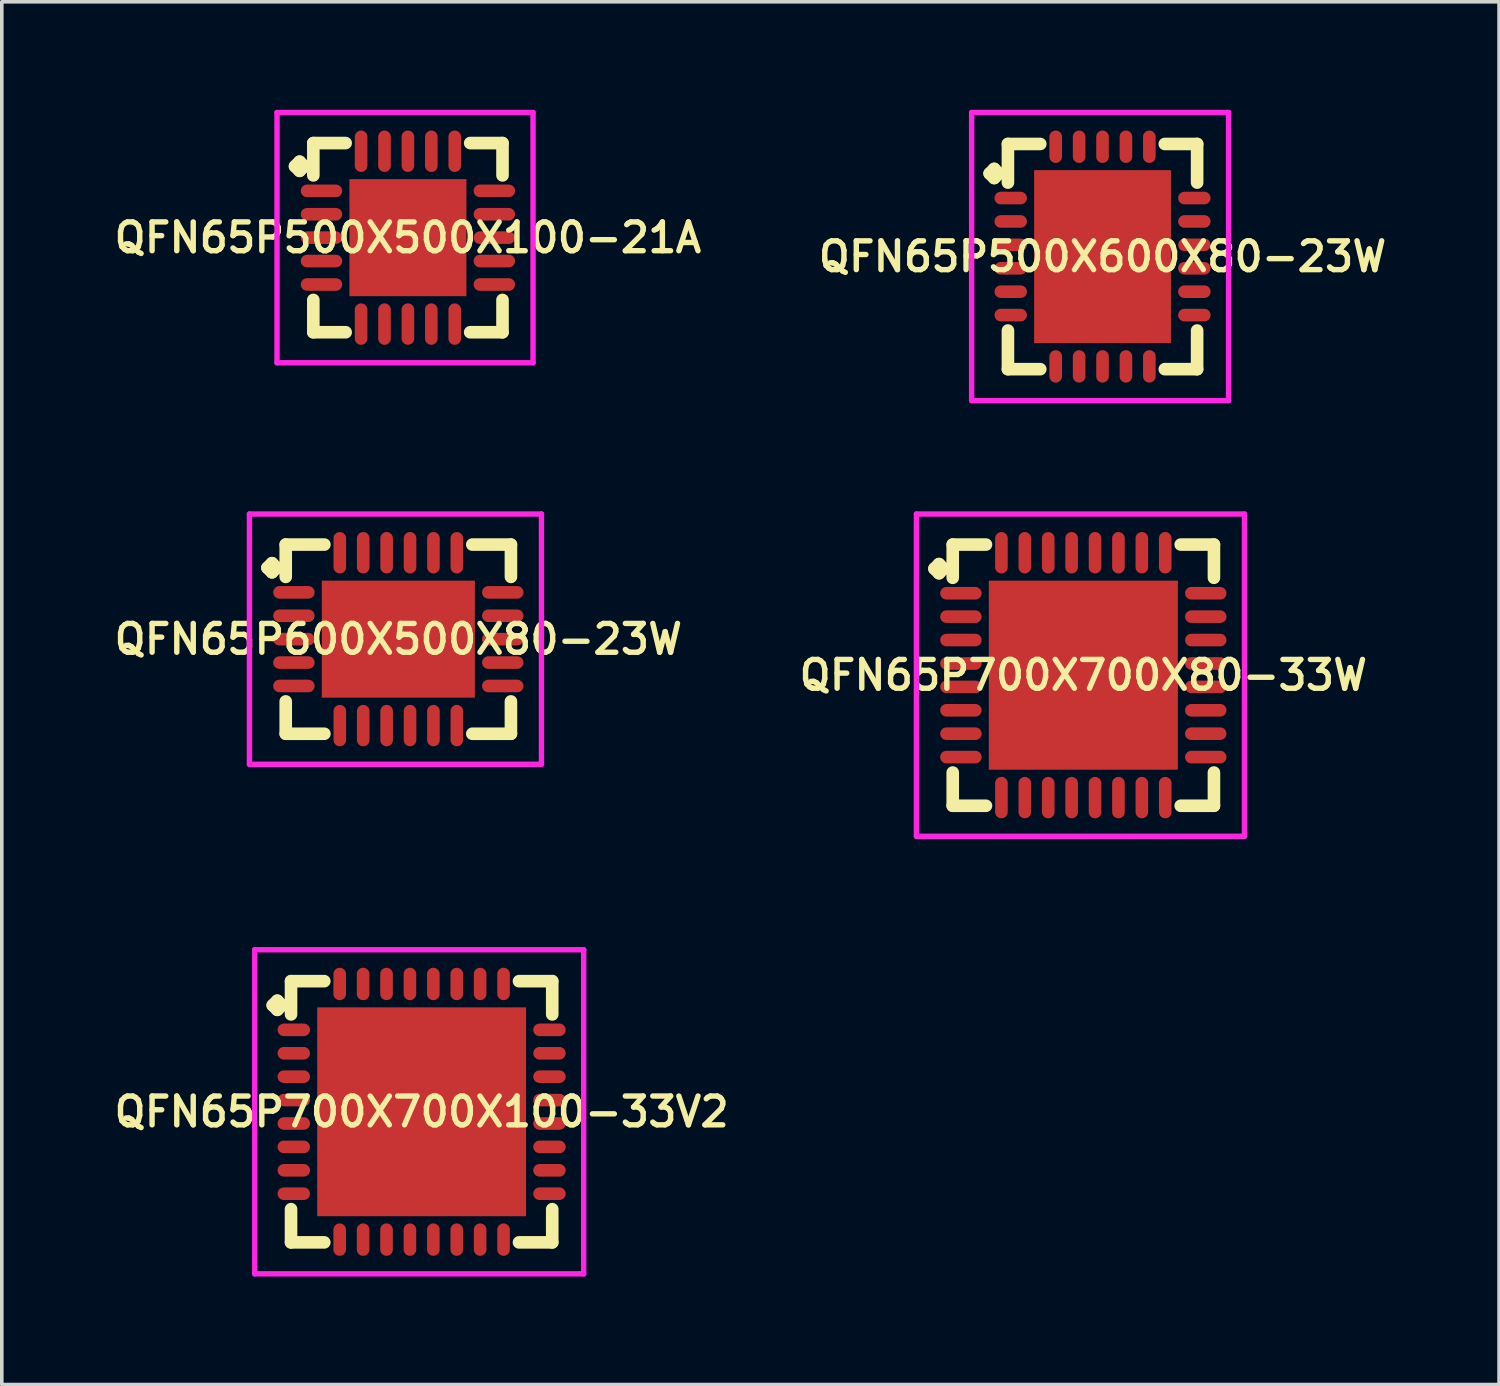
<source format=kicad_pcb>
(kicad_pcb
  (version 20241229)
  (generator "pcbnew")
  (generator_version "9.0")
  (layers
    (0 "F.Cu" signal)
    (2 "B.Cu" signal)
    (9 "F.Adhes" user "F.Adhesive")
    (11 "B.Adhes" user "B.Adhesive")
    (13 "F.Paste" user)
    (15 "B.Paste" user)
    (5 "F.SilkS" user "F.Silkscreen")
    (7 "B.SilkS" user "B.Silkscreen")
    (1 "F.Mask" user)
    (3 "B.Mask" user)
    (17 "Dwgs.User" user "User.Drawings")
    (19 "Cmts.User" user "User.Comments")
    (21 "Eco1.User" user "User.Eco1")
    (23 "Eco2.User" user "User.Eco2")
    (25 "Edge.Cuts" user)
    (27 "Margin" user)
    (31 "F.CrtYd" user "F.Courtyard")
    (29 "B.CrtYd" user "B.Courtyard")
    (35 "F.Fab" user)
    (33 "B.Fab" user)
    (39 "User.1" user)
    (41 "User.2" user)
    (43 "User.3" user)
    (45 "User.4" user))
  (footprint "QFN65P500X600X80-23W"
    (layer "F.Cu")
    (at 27.568 4.075)
    (property "Reference" "QFN65P500X600X80-23W" (at 0 0 0) (layer "F.SilkS") (effects (font (size 0.8 0.8) (thickness 0.15))))
    (attr smd)
    (fp_line (start -3.135 -2.308) (end -3.008 -2.435) (stroke (width 0.35) (type solid)) (layer "F.SilkS"))
    (fp_line (start -3.008 -2.435) (end -2.881 -2.308) (stroke (width 0.35) (type solid)) (layer "F.SilkS"))
    (fp_line (start -3.008 -2.181) (end -3.135 -2.308) (stroke (width 0.35) (type solid)) (layer "F.SilkS"))
    (fp_line (start -2.881 -2.308) (end -3.008 -2.181) (stroke (width 0.35) (type solid)) (layer "F.SilkS"))
    (fp_line (start -2.627 -3.127) (end -1.729 -3.127) (stroke (width 0.35) (type solid)) (layer "F.SilkS"))
    (fp_line (start -2.627 -2.054) (end -2.627 -3.127) (stroke (width 0.35) (type solid)) (layer "F.SilkS"))
    (fp_line (start -2.627 2.054) (end -2.627 3.127) (stroke (width 0.35) (type solid)) (layer "F.SilkS"))
    (fp_line (start -2.627 3.127) (end -1.729 3.127) (stroke (width 0.35) (type solid)) (layer "F.SilkS"))
    (fp_line (start 1.729 -3.127) (end 2.627 -3.127) (stroke (width 0.35) (type solid)) (layer "F.SilkS"))
    (fp_line (start 1.729 3.127) (end 2.627 3.127) (stroke (width 0.35) (type solid)) (layer "F.SilkS"))
    (fp_line (start 2.627 -3.127) (end 2.627 -2.054) (stroke (width 0.35) (type solid)) (layer "F.SilkS"))
    (fp_line (start 2.627 3.127) (end 2.627 2.054) (stroke (width 0.35) (type solid)) (layer "F.SilkS"))
    (fp_line (start -3.635 -4) (end 3.5 -4) (stroke (width 0.15) (type solid)) (layer "F.CrtYd"))
    (fp_line (start -3.635 4) (end -3.635 -4) (stroke (width 0.15) (type solid)) (layer "F.CrtYd"))
    (fp_line (start 3.5 -4) (end 3.5 4) (stroke (width 0.15) (type solid)) (layer "F.CrtYd"))
    (fp_line (start 3.5 4) (end -3.635 4) (stroke (width 0.15) (type solid)) (layer "F.CrtYd"))
    (pad "1" smd oval (at -2.55 -1.625) (size 0.9 0.35) (layers "F.Cu" "F.Mask" "F.Paste"))
    (pad "2" smd oval (at -2.55 -0.975) (size 0.9 0.35) (layers "F.Cu" "F.Mask" "F.Paste"))
    (pad "3" smd oval (at -2.55 -0.325) (size 0.9 0.35) (layers "F.Cu" "F.Mask" "F.Paste"))
    (pad "4" smd oval (at -2.55 0.325) (size 0.9 0.35) (layers "F.Cu" "F.Mask" "F.Paste"))
    (pad "5" smd oval (at -2.55 0.975) (size 0.9 0.35) (layers "F.Cu" "F.Mask" "F.Paste"))
    (pad "6" smd oval (at -2.55 1.625) (size 0.9 0.35) (layers "F.Cu" "F.Mask" "F.Paste"))
    (pad "7" smd oval (at -1.3 3.05) (size 0.35 0.9) (layers "F.Cu" "F.Mask" "F.Paste"))
    (pad "8" smd oval (at -0.65 3.05) (size 0.35 0.9) (layers "F.Cu" "F.Mask" "F.Paste"))
    (pad "9" smd oval (at 0 3.05) (size 0.35 0.9) (layers "F.Cu" "F.Mask" "F.Paste"))
    (pad "10" smd oval (at 0.65 3.05) (size 0.35 0.9) (layers "F.Cu" "F.Mask" "F.Paste"))
    (pad "11" smd oval (at 1.3 3.05) (size 0.35 0.9) (layers "F.Cu" "F.Mask" "F.Paste"))
    (pad "12" smd oval (at 2.55 1.625) (size 0.9 0.35) (layers "F.Cu" "F.Mask" "F.Paste"))
    (pad "13" smd oval (at 2.55 0.975) (size 0.9 0.35) (layers "F.Cu" "F.Mask" "F.Paste"))
    (pad "14" smd oval (at 2.55 0.325) (size 0.9 0.35) (layers "F.Cu" "F.Mask" "F.Paste"))
    (pad "15" smd oval (at 2.55 -0.325) (size 0.9 0.35) (layers "F.Cu" "F.Mask" "F.Paste"))
    (pad "16" smd oval (at 2.55 -0.975) (size 0.9 0.35) (layers "F.Cu" "F.Mask" "F.Paste"))
    (pad "17" smd oval (at 2.55 -1.625) (size 0.9 0.35) (layers "F.Cu" "F.Mask" "F.Paste"))
    (pad "18" smd oval (at 1.3 -3.05) (size 0.35 0.9) (layers "F.Cu" "F.Mask" "F.Paste"))
    (pad "19" smd oval (at 0.65 -3.05) (size 0.35 0.9) (layers "F.Cu" "F.Mask" "F.Paste"))
    (pad "20" smd oval (at 0 -3.05) (size 0.35 0.9) (layers "F.Cu" "F.Mask" "F.Paste"))
    (pad "21" smd oval (at -0.65 -3.05) (size 0.35 0.9) (layers "F.Cu" "F.Mask" "F.Paste"))
    (pad "22" smd oval (at -1.3 -3.05) (size 0.35 0.9) (layers "F.Cu" "F.Mask" "F.Paste"))
    (pad "23" smd rect (at 0 0) (size 3.8 4.8) (layers "F.Cu" "F.Mask" "F.Paste")))
  (footprint "QFN65P700X700X100-33V2"
    (layer "F.Cu")
    (at 8.659 27.825)
    (property "Reference" "QFN65P700X700X100-33V2" (at 0 0 0) (layer "F.SilkS") (effects (font (size 0.8 0.8) (thickness 0.15))))
    (attr smd)
    (fp_line (start -4.135 -2.958) (end -4.008 -3.085) (stroke (width 0.35) (type solid)) (layer "F.SilkS"))
    (fp_line (start -4.008 -3.085) (end -3.881 -2.958) (stroke (width 0.35) (type solid)) (layer "F.SilkS"))
    (fp_line (start -4.008 -2.831) (end -4.135 -2.958) (stroke (width 0.35) (type solid)) (layer "F.SilkS"))
    (fp_line (start -3.881 -2.958) (end -4.008 -2.831) (stroke (width 0.35) (type solid)) (layer "F.SilkS"))
    (fp_line (start -3.627 -3.627) (end -2.704 -3.627) (stroke (width 0.35) (type solid)) (layer "F.SilkS"))
    (fp_line (start -3.627 -2.704) (end -3.627 -3.627) (stroke (width 0.35) (type solid)) (layer "F.SilkS"))
    (fp_line (start -3.627 2.704) (end -3.627 3.627) (stroke (width 0.35) (type solid)) (layer "F.SilkS"))
    (fp_line (start -3.627 3.627) (end -2.704 3.627) (stroke (width 0.35) (type solid)) (layer "F.SilkS"))
    (fp_line (start 2.704 -3.627) (end 3.627 -3.627) (stroke (width 0.35) (type solid)) (layer "F.SilkS"))
    (fp_line (start 2.704 3.627) (end 3.627 3.627) (stroke (width 0.35) (type solid)) (layer "F.SilkS"))
    (fp_line (start 3.627 -3.627) (end 3.627 -2.704) (stroke (width 0.35) (type solid)) (layer "F.SilkS"))
    (fp_line (start 3.627 3.627) (end 3.627 2.704) (stroke (width 0.35) (type solid)) (layer "F.SilkS"))
    (fp_line (start -4.635 -4.5) (end 4.5 -4.5) (stroke (width 0.15) (type solid)) (layer "F.CrtYd"))
    (fp_line (start -4.635 4.5) (end -4.635 -4.5) (stroke (width 0.15) (type solid)) (layer "F.CrtYd"))
    (fp_line (start 4.5 -4.5) (end 4.5 4.5) (stroke (width 0.15) (type solid)) (layer "F.CrtYd"))
    (fp_line (start 4.5 4.5) (end -4.635 4.5) (stroke (width 0.15) (type solid)) (layer "F.CrtYd"))
    (pad "1" smd oval (at -3.55 -2.275) (size 0.9 0.35) (layers "F.Cu" "F.Mask" "F.Paste"))
    (pad "2" smd oval (at -3.55 -1.625) (size 0.9 0.35) (layers "F.Cu" "F.Mask" "F.Paste"))
    (pad "3" smd oval (at -3.55 -0.975) (size 0.9 0.35) (layers "F.Cu" "F.Mask" "F.Paste"))
    (pad "4" smd oval (at -3.55 -0.325) (size 0.9 0.35) (layers "F.Cu" "F.Mask" "F.Paste"))
    (pad "5" smd oval (at -3.55 0.325) (size 0.9 0.35) (layers "F.Cu" "F.Mask" "F.Paste"))
    (pad "6" smd oval (at -3.55 0.975) (size 0.9 0.35) (layers "F.Cu" "F.Mask" "F.Paste"))
    (pad "7" smd oval (at -3.55 1.625) (size 0.9 0.35) (layers "F.Cu" "F.Mask" "F.Paste"))
    (pad "8" smd oval (at -3.55 2.275) (size 0.9 0.35) (layers "F.Cu" "F.Mask" "F.Paste"))
    (pad "9" smd oval (at -2.275 3.55) (size 0.35 0.9) (layers "F.Cu" "F.Mask" "F.Paste"))
    (pad "10" smd oval (at -1.625 3.55) (size 0.35 0.9) (layers "F.Cu" "F.Mask" "F.Paste"))
    (pad "11" smd oval (at -0.975 3.55) (size 0.35 0.9) (layers "F.Cu" "F.Mask" "F.Paste"))
    (pad "12" smd oval (at -0.325 3.55) (size 0.35 0.9) (layers "F.Cu" "F.Mask" "F.Paste"))
    (pad "13" smd oval (at 0.325 3.55) (size 0.35 0.9) (layers "F.Cu" "F.Mask" "F.Paste"))
    (pad "14" smd oval (at 0.975 3.55) (size 0.35 0.9) (layers "F.Cu" "F.Mask" "F.Paste"))
    (pad "15" smd oval (at 1.625 3.55) (size 0.35 0.9) (layers "F.Cu" "F.Mask" "F.Paste"))
    (pad "16" smd oval (at 2.275 3.55) (size 0.35 0.9) (layers "F.Cu" "F.Mask" "F.Paste"))
    (pad "17" smd oval (at 3.55 2.275) (size 0.9 0.35) (layers "F.Cu" "F.Mask" "F.Paste"))
    (pad "18" smd oval (at 3.55 1.625) (size 0.9 0.35) (layers "F.Cu" "F.Mask" "F.Paste"))
    (pad "19" smd oval (at 3.55 0.975) (size 0.9 0.35) (layers "F.Cu" "F.Mask" "F.Paste"))
    (pad "20" smd oval (at 3.55 0.325) (size 0.9 0.35) (layers "F.Cu" "F.Mask" "F.Paste"))
    (pad "21" smd oval (at 3.55 -0.325) (size 0.9 0.35) (layers "F.Cu" "F.Mask" "F.Paste"))
    (pad "22" smd oval (at 3.55 -0.975) (size 0.9 0.35) (layers "F.Cu" "F.Mask" "F.Paste"))
    (pad "23" smd oval (at 3.55 -1.625) (size 0.9 0.35) (layers "F.Cu" "F.Mask" "F.Paste"))
    (pad "24" smd oval (at 3.55 -2.275) (size 0.9 0.35) (layers "F.Cu" "F.Mask" "F.Paste"))
    (pad "25" smd oval (at 2.275 -3.55) (size 0.35 0.9) (layers "F.Cu" "F.Mask" "F.Paste"))
    (pad "26" smd oval (at 1.625 -3.55) (size 0.35 0.9) (layers "F.Cu" "F.Mask" "F.Paste"))
    (pad "27" smd oval (at 0.975 -3.55) (size 0.35 0.9) (layers "F.Cu" "F.Mask" "F.Paste"))
    (pad "28" smd oval (at 0.325 -3.55) (size 0.35 0.9) (layers "F.Cu" "F.Mask" "F.Paste"))
    (pad "29" smd oval (at -0.325 -3.55) (size 0.35 0.9) (layers "F.Cu" "F.Mask" "F.Paste"))
    (pad "30" smd oval (at -0.975 -3.55) (size 0.35 0.9) (layers "F.Cu" "F.Mask" "F.Paste"))
    (pad "31" smd oval (at -1.625 -3.55) (size 0.35 0.9) (layers "F.Cu" "F.Mask" "F.Paste"))
    (pad "32" smd oval (at -2.275 -3.55) (size 0.35 0.9) (layers "F.Cu" "F.Mask" "F.Paste"))
    (pad "33" smd rect (at 0 0) (size 5.8 5.8) (layers "F.Cu" "F.Mask" "F.Paste")))
  (footprint "QFN65P600X500X80-23W"
    (layer "F.Cu")
    (at 8.012 14.7)
    (property "Reference" "QFN65P600X500X80-23W" (at 0 0 0) (layer "F.SilkS") (effects (font (size 0.8 0.8) (thickness 0.15))))
    (attr smd)
    (fp_line (start -3.635 -1.983) (end -3.508 -2.11) (stroke (width 0.35) (type solid)) (layer "F.SilkS"))
    (fp_line (start -3.508 -2.11) (end -3.381 -1.983) (stroke (width 0.35) (type solid)) (layer "F.SilkS"))
    (fp_line (start -3.508 -1.856) (end -3.635 -1.983) (stroke (width 0.35) (type solid)) (layer "F.SilkS"))
    (fp_line (start -3.381 -1.983) (end -3.508 -1.856) (stroke (width 0.35) (type solid)) (layer "F.SilkS"))
    (fp_line (start -3.127 -2.627) (end -2.054 -2.627) (stroke (width 0.35) (type solid)) (layer "F.SilkS"))
    (fp_line (start -3.127 -1.729) (end -3.127 -2.627) (stroke (width 0.35) (type solid)) (layer "F.SilkS"))
    (fp_line (start -3.127 1.729) (end -3.127 2.627) (stroke (width 0.35) (type solid)) (layer "F.SilkS"))
    (fp_line (start -3.127 2.627) (end -2.054 2.627) (stroke (width 0.35) (type solid)) (layer "F.SilkS"))
    (fp_line (start 2.054 -2.627) (end 3.127 -2.627) (stroke (width 0.35) (type solid)) (layer "F.SilkS"))
    (fp_line (start 2.054 2.627) (end 3.127 2.627) (stroke (width 0.35) (type solid)) (layer "F.SilkS"))
    (fp_line (start 3.127 -2.627) (end 3.127 -1.729) (stroke (width 0.35) (type solid)) (layer "F.SilkS"))
    (fp_line (start 3.127 2.627) (end 3.127 1.729) (stroke (width 0.35) (type solid)) (layer "F.SilkS"))
    (fp_line (start -4.135 -3.475) (end 3.975 -3.475) (stroke (width 0.15) (type solid)) (layer "F.CrtYd"))
    (fp_line (start -4.135 3.475) (end -4.135 -3.475) (stroke (width 0.15) (type solid)) (layer "F.CrtYd"))
    (fp_line (start 3.975 -3.475) (end 3.975 3.475) (stroke (width 0.15) (type solid)) (layer "F.CrtYd"))
    (fp_line (start 3.975 3.475) (end -4.135 3.475) (stroke (width 0.15) (type solid)) (layer "F.CrtYd"))
    (pad "1" smd oval (at -2.9 -1.3) (size 1.15 0.35) (layers "F.Cu" "F.Mask" "F.Paste"))
    (pad "2" smd oval (at -2.9 -0.65) (size 1.15 0.35) (layers "F.Cu" "F.Mask" "F.Paste"))
    (pad "3" smd oval (at -2.9 0) (size 1.15 0.35) (layers "F.Cu" "F.Mask" "F.Paste"))
    (pad "4" smd oval (at -2.9 0.65) (size 1.15 0.35) (layers "F.Cu" "F.Mask" "F.Paste"))
    (pad "5" smd oval (at -2.9 1.3) (size 1.15 0.35) (layers "F.Cu" "F.Mask" "F.Paste"))
    (pad "6" smd oval (at -1.625 2.4) (size 0.35 1.15) (layers "F.Cu" "F.Mask" "F.Paste"))
    (pad "7" smd oval (at -0.975 2.4) (size 0.35 1.15) (layers "F.Cu" "F.Mask" "F.Paste"))
    (pad "8" smd oval (at -0.325 2.4) (size 0.35 1.15) (layers "F.Cu" "F.Mask" "F.Paste"))
    (pad "9" smd oval (at 0.325 2.4) (size 0.35 1.15) (layers "F.Cu" "F.Mask" "F.Paste"))
    (pad "10" smd oval (at 0.975 2.4) (size 0.35 1.15) (layers "F.Cu" "F.Mask" "F.Paste"))
    (pad "11" smd oval (at 1.625 2.4) (size 0.35 1.15) (layers "F.Cu" "F.Mask" "F.Paste"))
    (pad "12" smd oval (at 2.9 1.3) (size 1.15 0.35) (layers "F.Cu" "F.Mask" "F.Paste"))
    (pad "13" smd oval (at 2.9 0.65) (size 1.15 0.35) (layers "F.Cu" "F.Mask" "F.Paste"))
    (pad "14" smd oval (at 2.9 0) (size 1.15 0.35) (layers "F.Cu" "F.Mask" "F.Paste"))
    (pad "15" smd oval (at 2.9 -0.65) (size 1.15 0.35) (layers "F.Cu" "F.Mask" "F.Paste"))
    (pad "16" smd oval (at 2.9 -1.3) (size 1.15 0.35) (layers "F.Cu" "F.Mask" "F.Paste"))
    (pad "17" smd oval (at 1.625 -2.4) (size 0.35 1.15) (layers "F.Cu" "F.Mask" "F.Paste"))
    (pad "18" smd oval (at 0.975 -2.4) (size 0.35 1.15) (layers "F.Cu" "F.Mask" "F.Paste"))
    (pad "19" smd oval (at 0.325 -2.4) (size 0.35 1.15) (layers "F.Cu" "F.Mask" "F.Paste"))
    (pad "20" smd oval (at -0.325 -2.4) (size 0.35 1.15) (layers "F.Cu" "F.Mask" "F.Paste"))
    (pad "21" smd oval (at -0.975 -2.4) (size 0.35 1.15) (layers "F.Cu" "F.Mask" "F.Paste"))
    (pad "22" smd oval (at -1.625 -2.4) (size 0.35 1.15) (layers "F.Cu" "F.Mask" "F.Paste"))
    (pad "23" smd rect (at 0 0) (size 4.25 3.25) (layers "F.Cu" "F.Mask" "F.Paste")))
  (footprint "QFN65P700X700X80-33W"
    (layer "F.Cu")
    (at 27.035 15.7)
    (property "Reference" "QFN65P700X700X80-33W" (at 0 0 0) (layer "F.SilkS") (effects (font (size 0.8 0.8) (thickness 0.15))))
    (attr smd)
    (fp_line (start -4.135 -2.958) (end -4.008 -3.085) (stroke (width 0.35) (type solid)) (layer "F.SilkS"))
    (fp_line (start -4.008 -3.085) (end -3.881 -2.958) (stroke (width 0.35) (type solid)) (layer "F.SilkS"))
    (fp_line (start -4.008 -2.831) (end -4.135 -2.958) (stroke (width 0.35) (type solid)) (layer "F.SilkS"))
    (fp_line (start -3.881 -2.958) (end -4.008 -2.831) (stroke (width 0.35) (type solid)) (layer "F.SilkS"))
    (fp_line (start -3.627 -3.627) (end -2.704 -3.627) (stroke (width 0.35) (type solid)) (layer "F.SilkS"))
    (fp_line (start -3.627 -2.704) (end -3.627 -3.627) (stroke (width 0.35) (type solid)) (layer "F.SilkS"))
    (fp_line (start -3.627 2.704) (end -3.627 3.627) (stroke (width 0.35) (type solid)) (layer "F.SilkS"))
    (fp_line (start -3.627 3.627) (end -2.704 3.627) (stroke (width 0.35) (type solid)) (layer "F.SilkS"))
    (fp_line (start 2.704 -3.627) (end 3.627 -3.627) (stroke (width 0.35) (type solid)) (layer "F.SilkS"))
    (fp_line (start 2.704 3.627) (end 3.627 3.627) (stroke (width 0.35) (type solid)) (layer "F.SilkS"))
    (fp_line (start 3.627 -3.627) (end 3.627 -2.704) (stroke (width 0.35) (type solid)) (layer "F.SilkS"))
    (fp_line (start 3.627 3.627) (end 3.627 2.704) (stroke (width 0.35) (type solid)) (layer "F.SilkS"))
    (fp_line (start -4.635 -4.475) (end 4.475 -4.475) (stroke (width 0.15) (type solid)) (layer "F.CrtYd"))
    (fp_line (start -4.635 4.475) (end -4.635 -4.475) (stroke (width 0.15) (type solid)) (layer "F.CrtYd"))
    (fp_line (start 4.475 -4.475) (end 4.475 4.475) (stroke (width 0.15) (type solid)) (layer "F.CrtYd"))
    (fp_line (start 4.475 4.475) (end -4.635 4.475) (stroke (width 0.15) (type solid)) (layer "F.CrtYd"))
    (pad "1" smd oval (at -3.4 -2.275) (size 1.15 0.35) (layers "F.Cu" "F.Mask" "F.Paste"))
    (pad "2" smd oval (at -3.4 -1.625) (size 1.15 0.35) (layers "F.Cu" "F.Mask" "F.Paste"))
    (pad "3" smd oval (at -3.4 -0.975) (size 1.15 0.35) (layers "F.Cu" "F.Mask" "F.Paste"))
    (pad "4" smd oval (at -3.4 -0.325) (size 1.15 0.35) (layers "F.Cu" "F.Mask" "F.Paste"))
    (pad "5" smd oval (at -3.4 0.325) (size 1.15 0.35) (layers "F.Cu" "F.Mask" "F.Paste"))
    (pad "6" smd oval (at -3.4 0.975) (size 1.15 0.35) (layers "F.Cu" "F.Mask" "F.Paste"))
    (pad "7" smd oval (at -3.4 1.625) (size 1.15 0.35) (layers "F.Cu" "F.Mask" "F.Paste"))
    (pad "8" smd oval (at -3.4 2.275) (size 1.15 0.35) (layers "F.Cu" "F.Mask" "F.Paste"))
    (pad "9" smd oval (at -2.275 3.4) (size 0.35 1.15) (layers "F.Cu" "F.Mask" "F.Paste"))
    (pad "10" smd oval (at -1.625 3.4) (size 0.35 1.15) (layers "F.Cu" "F.Mask" "F.Paste"))
    (pad "11" smd oval (at -0.975 3.4) (size 0.35 1.15) (layers "F.Cu" "F.Mask" "F.Paste"))
    (pad "12" smd oval (at -0.325 3.4) (size 0.35 1.15) (layers "F.Cu" "F.Mask" "F.Paste"))
    (pad "13" smd oval (at 0.325 3.4) (size 0.35 1.15) (layers "F.Cu" "F.Mask" "F.Paste"))
    (pad "14" smd oval (at 0.975 3.4) (size 0.35 1.15) (layers "F.Cu" "F.Mask" "F.Paste"))
    (pad "15" smd oval (at 1.625 3.4) (size 0.35 1.15) (layers "F.Cu" "F.Mask" "F.Paste"))
    (pad "16" smd oval (at 2.275 3.4) (size 0.35 1.15) (layers "F.Cu" "F.Mask" "F.Paste"))
    (pad "17" smd oval (at 3.4 2.275) (size 1.15 0.35) (layers "F.Cu" "F.Mask" "F.Paste"))
    (pad "18" smd oval (at 3.4 1.625) (size 1.15 0.35) (layers "F.Cu" "F.Mask" "F.Paste"))
    (pad "19" smd oval (at 3.4 0.975) (size 1.15 0.35) (layers "F.Cu" "F.Mask" "F.Paste"))
    (pad "20" smd oval (at 3.4 0.325) (size 1.15 0.35) (layers "F.Cu" "F.Mask" "F.Paste"))
    (pad "21" smd oval (at 3.4 -0.325) (size 1.15 0.35) (layers "F.Cu" "F.Mask" "F.Paste"))
    (pad "22" smd oval (at 3.4 -0.975) (size 1.15 0.35) (layers "F.Cu" "F.Mask" "F.Paste"))
    (pad "23" smd oval (at 3.4 -1.625) (size 1.15 0.35) (layers "F.Cu" "F.Mask" "F.Paste"))
    (pad "24" smd oval (at 3.4 -2.275) (size 1.15 0.35) (layers "F.Cu" "F.Mask" "F.Paste"))
    (pad "25" smd oval (at 2.275 -3.4) (size 0.35 1.15) (layers "F.Cu" "F.Mask" "F.Paste"))
    (pad "26" smd oval (at 1.625 -3.4) (size 0.35 1.15) (layers "F.Cu" "F.Mask" "F.Paste"))
    (pad "27" smd oval (at 0.975 -3.4) (size 0.35 1.15) (layers "F.Cu" "F.Mask" "F.Paste"))
    (pad "28" smd oval (at 0.325 -3.4) (size 0.35 1.15) (layers "F.Cu" "F.Mask" "F.Paste"))
    (pad "29" smd oval (at -0.325 -3.4) (size 0.35 1.15) (layers "F.Cu" "F.Mask" "F.Paste"))
    (pad "30" smd oval (at -0.975 -3.4) (size 0.35 1.15) (layers "F.Cu" "F.Mask" "F.Paste"))
    (pad "31" smd oval (at -1.625 -3.4) (size 0.35 1.15) (layers "F.Cu" "F.Mask" "F.Paste"))
    (pad "32" smd oval (at -2.275 -3.4) (size 0.35 1.15) (layers "F.Cu" "F.Mask" "F.Paste"))
    (pad "33" smd rect (at 0 0) (size 5.25 5.25) (layers "F.Cu" "F.Mask" "F.Paste")))
  (footprint "QFN65P500X500X100-21A"
    (layer "F.Cu")
    (at 8.278 3.55)
    (property "Reference" "QFN65P500X500X100-21A" (at 0 0 0) (layer "F.SilkS") (effects (font (size 0.8 0.8) (thickness 0.15))))
    (attr smd)
    (fp_line (start -3.135 -1.983) (end -3.008 -2.11) (stroke (width 0.35) (type solid)) (layer "F.SilkS"))
    (fp_line (start -3.008 -2.11) (end -2.881 -1.983) (stroke (width 0.35) (type solid)) (layer "F.SilkS"))
    (fp_line (start -3.008 -1.856) (end -3.135 -1.983) (stroke (width 0.35) (type solid)) (layer "F.SilkS"))
    (fp_line (start -2.881 -1.983) (end -3.008 -1.856) (stroke (width 0.35) (type solid)) (layer "F.SilkS"))
    (fp_line (start -2.627 -2.627) (end -1.729 -2.627) (stroke (width 0.35) (type solid)) (layer "F.SilkS"))
    (fp_line (start -2.627 -1.729) (end -2.627 -2.627) (stroke (width 0.35) (type solid)) (layer "F.SilkS"))
    (fp_line (start -2.627 1.729) (end -2.627 2.627) (stroke (width 0.35) (type solid)) (layer "F.SilkS"))
    (fp_line (start -2.627 2.627) (end -1.729 2.627) (stroke (width 0.35) (type solid)) (layer "F.SilkS"))
    (fp_line (start 1.729 -2.627) (end 2.627 -2.627) (stroke (width 0.35) (type solid)) (layer "F.SilkS"))
    (fp_line (start 1.729 2.627) (end 2.627 2.627) (stroke (width 0.35) (type solid)) (layer "F.SilkS"))
    (fp_line (start 2.627 -2.627) (end 2.627 -1.729) (stroke (width 0.35) (type solid)) (layer "F.SilkS"))
    (fp_line (start 2.627 2.627) (end 2.627 1.729) (stroke (width 0.35) (type solid)) (layer "F.SilkS"))
    (fp_line (start -3.635 -3.475) (end 3.475 -3.475) (stroke (width 0.15) (type solid)) (layer "F.CrtYd"))
    (fp_line (start -3.635 3.475) (end -3.635 -3.475) (stroke (width 0.15) (type solid)) (layer "F.CrtYd"))
    (fp_line (start 3.475 -3.475) (end 3.475 3.475) (stroke (width 0.15) (type solid)) (layer "F.CrtYd"))
    (fp_line (start 3.475 3.475) (end -3.635 3.475) (stroke (width 0.15) (type solid)) (layer "F.CrtYd"))
    (pad "1" smd oval (at -2.4 -1.3) (size 1.15 0.35) (layers "F.Cu" "F.Mask" "F.Paste"))
    (pad "2" smd oval (at -2.4 -0.65) (size 1.15 0.35) (layers "F.Cu" "F.Mask" "F.Paste"))
    (pad "3" smd oval (at -2.4 0) (size 1.15 0.35) (layers "F.Cu" "F.Mask" "F.Paste"))
    (pad "4" smd oval (at -2.4 0.65) (size 1.15 0.35) (layers "F.Cu" "F.Mask" "F.Paste"))
    (pad "5" smd oval (at -2.4 1.3) (size 1.15 0.35) (layers "F.Cu" "F.Mask" "F.Paste"))
    (pad "6" smd oval (at -1.3 2.4) (size 0.35 1.15) (layers "F.Cu" "F.Mask" "F.Paste"))
    (pad "7" smd oval (at -0.65 2.4) (size 0.35 1.15) (layers "F.Cu" "F.Mask" "F.Paste"))
    (pad "8" smd oval (at 0 2.4) (size 0.35 1.15) (layers "F.Cu" "F.Mask" "F.Paste"))
    (pad "9" smd oval (at 0.65 2.4) (size 0.35 1.15) (layers "F.Cu" "F.Mask" "F.Paste"))
    (pad "10" smd oval (at 1.3 2.4) (size 0.35 1.15) (layers "F.Cu" "F.Mask" "F.Paste"))
    (pad "11" smd oval (at 2.4 1.3) (size 1.15 0.35) (layers "F.Cu" "F.Mask" "F.Paste"))
    (pad "12" smd oval (at 2.4 0.65) (size 1.15 0.35) (layers "F.Cu" "F.Mask" "F.Paste"))
    (pad "13" smd oval (at 2.4 0) (size 1.15 0.35) (layers "F.Cu" "F.Mask" "F.Paste"))
    (pad "14" smd oval (at 2.4 -0.65) (size 1.15 0.35) (layers "F.Cu" "F.Mask" "F.Paste"))
    (pad "15" smd oval (at 2.4 -1.3) (size 1.15 0.35) (layers "F.Cu" "F.Mask" "F.Paste"))
    (pad "16" smd oval (at 1.3 -2.4) (size 0.35 1.15) (layers "F.Cu" "F.Mask" "F.Paste"))
    (pad "17" smd oval (at 0.65 -2.4) (size 0.35 1.15) (layers "F.Cu" "F.Mask" "F.Paste"))
    (pad "18" smd oval (at 0 -2.4) (size 0.35 1.15) (layers "F.Cu" "F.Mask" "F.Paste"))
    (pad "19" smd oval (at -0.65 -2.4) (size 0.35 1.15) (layers "F.Cu" "F.Mask" "F.Paste"))
    (pad "20" smd oval (at -1.3 -2.4) (size 0.35 1.15) (layers "F.Cu" "F.Mask" "F.Paste"))
    (pad "21" smd rect (at 0 0) (size 3.25 3.25) (layers "F.Cu" "F.Mask" "F.Paste")))
  (gr_rect
    (start -3 -3)
    (end 38.58 35.4)
    (stroke (width 0.1) (type default))
    (fill no)
    (layer "Edge.Cuts")))
</source>
